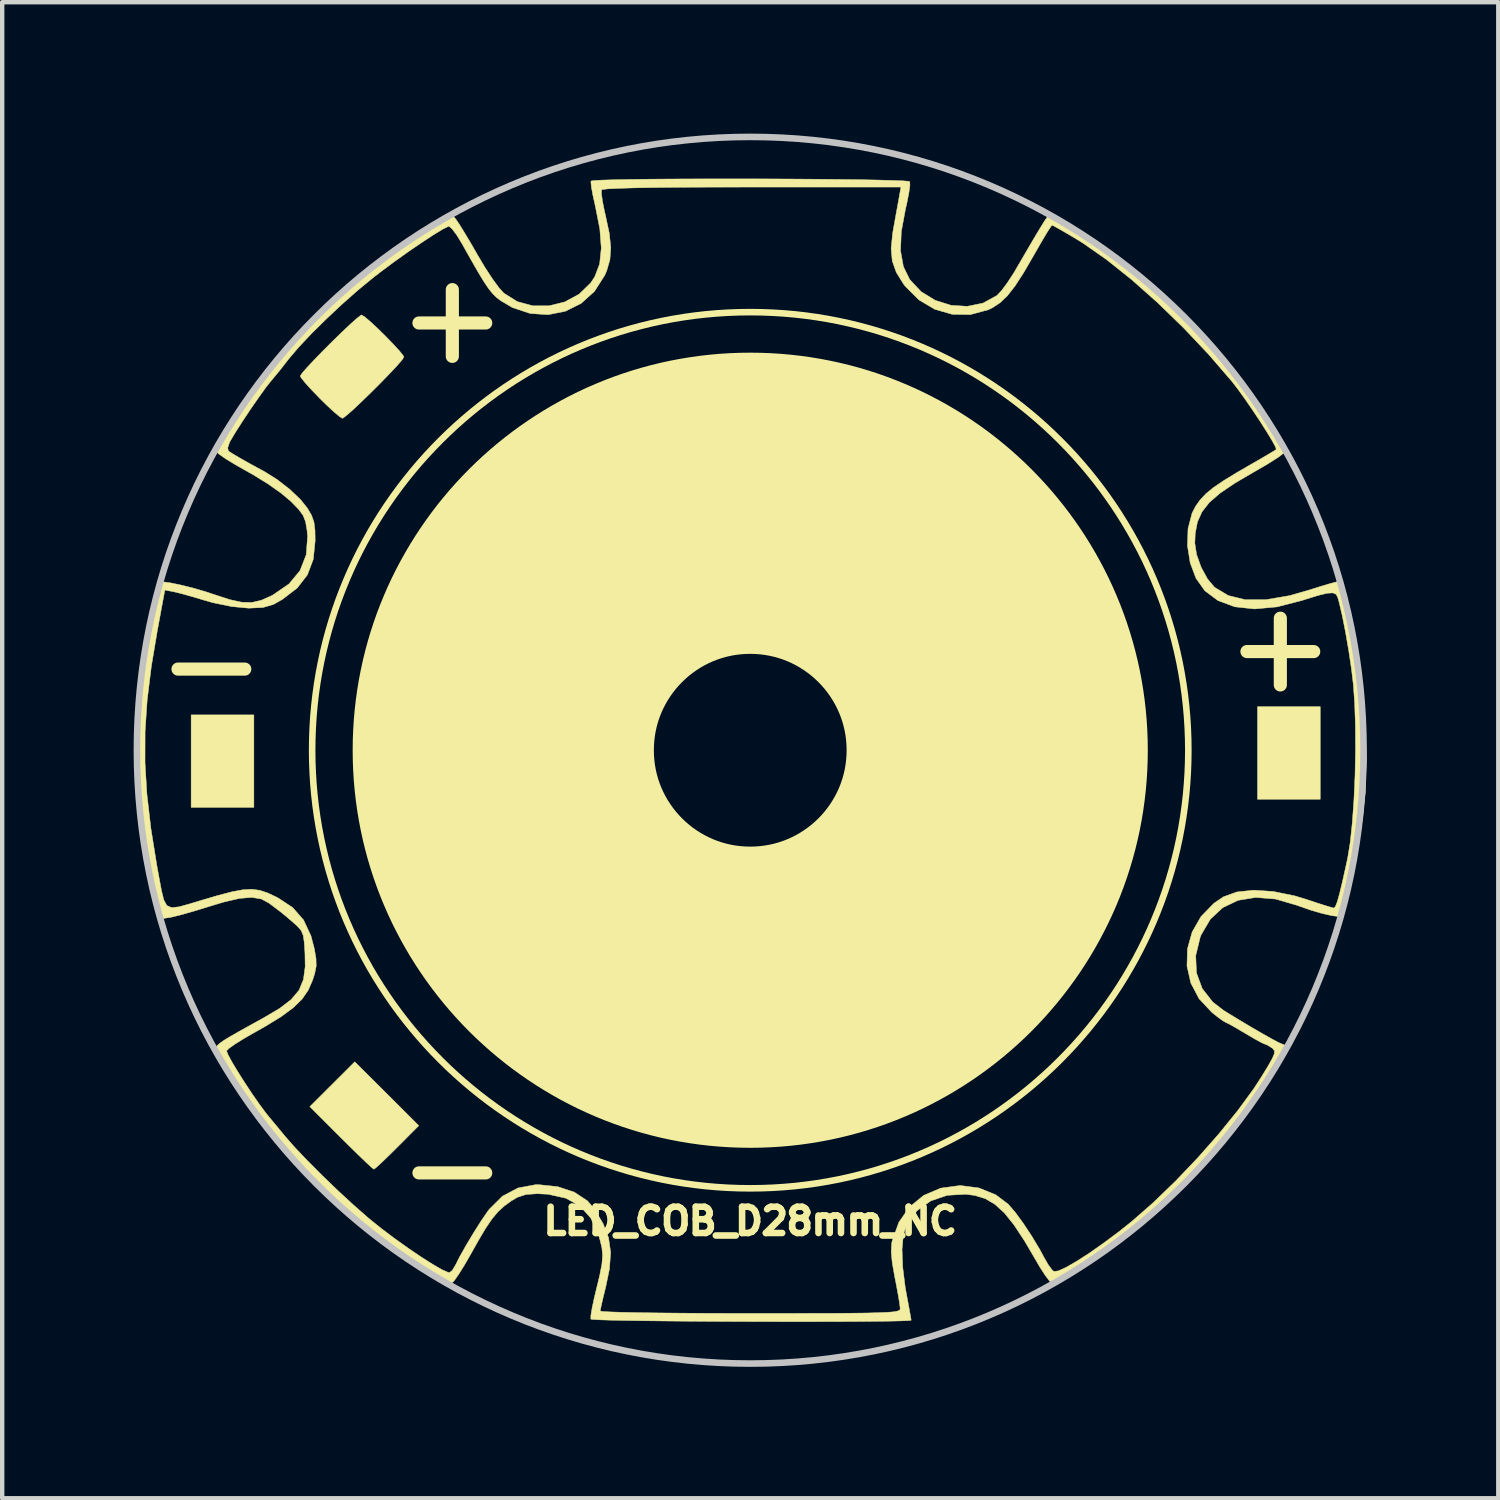
<source format=kicad_pcb>
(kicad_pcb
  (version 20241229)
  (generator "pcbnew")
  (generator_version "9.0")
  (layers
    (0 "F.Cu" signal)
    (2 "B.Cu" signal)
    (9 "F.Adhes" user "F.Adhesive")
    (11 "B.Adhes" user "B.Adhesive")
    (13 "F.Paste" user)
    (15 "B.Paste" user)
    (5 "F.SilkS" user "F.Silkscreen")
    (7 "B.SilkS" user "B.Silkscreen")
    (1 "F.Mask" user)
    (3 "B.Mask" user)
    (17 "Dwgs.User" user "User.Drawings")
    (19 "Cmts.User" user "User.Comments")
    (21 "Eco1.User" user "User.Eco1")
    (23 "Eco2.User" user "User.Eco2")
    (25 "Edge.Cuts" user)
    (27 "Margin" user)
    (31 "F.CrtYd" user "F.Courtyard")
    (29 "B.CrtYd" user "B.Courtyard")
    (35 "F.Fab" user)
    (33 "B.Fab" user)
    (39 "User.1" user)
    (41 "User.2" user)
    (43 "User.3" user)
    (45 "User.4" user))
  (footprint "LED_COB_D28mm_NC"
    (layer "F.Cu")
    (at 14.075 14.075)
    (property "Reference" "LED_COB_D28mm_NC" (at 0 10.75 0) (layer "F.SilkS") (effects (font (size 0.6 0.6) (thickness 0.15))))
    (attr through_hole)
    (fp_circle (center 0 0) (end -9 0) (stroke (width 0.15) (type solid)) (fill no) (layer "F.SilkS"))
    (fp_circle (center 0 0) (end -7 0) (stroke (width 3.9) (type solid)) (fill no) (layer "F.SilkS"))
    (fp_circle (center 0 0) (end -4.5 0) (stroke (width 0.15) (type solid)) (fill no) (layer "F.SilkS"))
    (fp_circle (center 0 0) (end -2.2 0) (stroke (width 4.5) (type solid)) (fill no) (layer "F.SilkS"))
    (fp_circle (center 0 0) (end 5 0) (stroke (width 0.15) (type solid)) (fill no) (layer "F.SilkS"))
    (fp_circle (center 0 0) (end 10 0) (stroke (width 0.15) (type solid)) (fill no) (layer "F.SilkS"))
    (fp_poly (pts (xy -11.33 1.304) (xy -12.762 1.304) (xy -12.762 -0.807) (xy -11.33 -0.807) (xy -11.33 1.304)) (stroke (width 0.01) (type solid)) (fill yes) (layer "F.SilkS"))
    (fp_poly (pts (xy 13.011 1.118) (xy 11.579 1.118) (xy 11.579 -0.994) (xy 13.011 -0.994) (xy 13.011 1.118)) (stroke (width 0.01) (type solid)) (fill yes) (layer "F.SilkS"))
    (fp_poly (pts (xy -8.296 7.84) (xy -7.566 8.569) (xy -8.061 9.066) (xy -8.262 9.265) (xy -8.429 9.425) (xy -8.546 9.531) (xy -8.591 9.564) (xy -8.644 9.522) (xy -8.769 9.407) (xy -8.951 9.232) (xy -9.173 9.014) (xy -9.339 8.849) (xy -10.053 8.135) (xy -9.027 7.112) (xy -8.296 7.84)) (stroke (width 0.01) (type solid)) (fill yes) (layer "F.SilkS"))
    (fp_poly (pts (xy -8.802 -9.894) (xy -8.671 -9.783) (xy -8.503 -9.627) (xy -8.321 -9.448) (xy -8.148 -9.269) (xy -8.007 -9.115) (xy -7.921 -9.007) (xy -7.906 -8.974) (xy -7.949 -8.908) (xy -8.063 -8.776) (xy -8.231 -8.597) (xy -8.433 -8.389) (xy -8.65 -8.172) (xy -8.864 -7.964) (xy -9.055 -7.783) (xy -9.206 -7.65) (xy -9.296 -7.581) (xy -9.31 -7.577) (xy -9.377 -7.618) (xy -9.51 -7.73) (xy -9.686 -7.894) (xy -9.822 -8.028) (xy -10.01 -8.223) (xy -10.16 -8.388) (xy -10.252 -8.503) (xy -10.272 -8.542) (xy -10.23 -8.606) (xy -10.116 -8.737) (xy -9.948 -8.916) (xy -9.747 -9.123) (xy -9.53 -9.34) (xy -9.316 -9.548) (xy -9.125 -9.728) (xy -8.975 -9.862) (xy -8.885 -9.931) (xy -8.872 -9.936) (xy -8.802 -9.894)) (stroke (width 0.01) (type solid)) (fill yes) (layer "F.SilkS"))
    (fp_poly (pts (xy -0.155 -13.042) (xy 0.429 -13.041) (xy 1.003 -13.038) (xy 1.554 -13.034) (xy 2.068 -13.029) (xy 2.532 -13.023) (xy 2.933 -13.015) (xy 3.257 -13.006) (xy 3.49 -12.997) (xy 3.62 -12.986) (xy 3.642 -12.979) (xy 3.645 -12.895) (xy 3.621 -12.721) (xy 3.575 -12.487) (xy 3.545 -12.358) (xy 3.448 -11.837) (xy 3.431 -11.401) (xy 3.496 -11.039) (xy 3.64 -10.746) (xy 3.901 -10.467) (xy 4.225 -10.269) (xy 4.585 -10.156) (xy 4.956 -10.133) (xy 5.313 -10.206) (xy 5.628 -10.378) (xy 5.63 -10.379) (xy 5.737 -10.492) (xy 5.875 -10.679) (xy 6.02 -10.902) (xy 6.048 -10.95) (xy 6.292 -11.369) (xy 6.481 -11.692) (xy 6.623 -11.928) (xy 6.723 -12.089) (xy 6.79 -12.185) (xy 6.829 -12.229) (xy 6.84 -12.234) (xy 6.909 -12.202) (xy 7.049 -12.118) (xy 7.204 -12.017) (xy 7.378 -11.904) (xy 7.507 -11.825) (xy 7.56 -11.8) (xy 7.63 -11.767) (xy 7.769 -11.685) (xy 7.944 -11.575) (xy 8.122 -11.457) (xy 8.269 -11.353) (xy 8.351 -11.288) (xy 8.434 -11.215) (xy 8.589 -11.085) (xy 8.787 -10.921) (xy 8.902 -10.827) (xy 9.181 -10.586) (xy 9.515 -10.274) (xy 9.88 -9.916) (xy 10.25 -9.536) (xy 10.602 -9.161) (xy 10.911 -8.815) (xy 11.09 -8.601) (xy 11.238 -8.408) (xy 11.418 -8.158) (xy 11.612 -7.876) (xy 11.805 -7.587) (xy 11.981 -7.314) (xy 12.124 -7.082) (xy 12.218 -6.916) (xy 12.24 -6.867) (xy 12.2 -6.801) (xy 12.05 -6.685) (xy 11.794 -6.523) (xy 11.508 -6.358) (xy 11.066 -6.099) (xy 10.727 -5.87) (xy 10.48 -5.656) (xy 10.311 -5.441) (xy 10.208 -5.211) (xy 10.158 -4.951) (xy 10.148 -4.729) (xy 10.188 -4.468) (xy 10.292 -4.178) (xy 10.438 -3.91) (xy 10.599 -3.719) (xy 10.913 -3.531) (xy 11.301 -3.436) (xy 11.767 -3.436) (xy 12.312 -3.529) (xy 12.762 -3.658) (xy 13.02 -3.74) (xy 13.236 -3.804) (xy 13.382 -3.843) (xy 13.425 -3.85) (xy 13.471 -3.838) (xy 13.512 -3.788) (xy 13.554 -3.68) (xy 13.605 -3.497) (xy 13.672 -3.219) (xy 13.704 -3.078) (xy 13.86 -2.276) (xy 13.973 -1.44) (xy 14.041 -0.601) (xy 14.063 0.211) (xy 14.038 0.965) (xy 13.979 1.522) (xy 13.93 1.828) (xy 13.869 2.175) (xy 13.801 2.537) (xy 13.73 2.893) (xy 13.661 3.218) (xy 13.598 3.49) (xy 13.547 3.686) (xy 13.513 3.782) (xy 13.437 3.797) (xy 13.272 3.775) (xy 13.045 3.723) (xy 12.783 3.646) (xy 12.514 3.552) (xy 12.482 3.54) (xy 11.992 3.397) (xy 11.54 3.36) (xy 11.135 3.426) (xy 10.786 3.593) (xy 10.502 3.857) (xy 10.292 4.215) (xy 10.27 4.271) (xy 10.169 4.689) (xy 10.186 5.083) (xy 10.317 5.44) (xy 10.559 5.749) (xy 10.811 5.943) (xy 11.113 6.127) (xy 11.409 6.305) (xy 11.681 6.463) (xy 11.907 6.59) (xy 12.068 6.676) (xy 12.144 6.707) (xy 12.144 6.707) (xy 12.211 6.734) (xy 12.218 6.822) (xy 12.159 6.981) (xy 12.032 7.222) (xy 11.896 7.453) (xy 11.693 7.769) (xy 11.444 8.128) (xy 11.186 8.475) (xy 11.026 8.679) (xy 10.66 9.105) (xy 10.246 9.549) (xy 9.802 9.995) (xy 9.347 10.426) (xy 8.899 10.825) (xy 8.476 11.176) (xy 8.095 11.462) (xy 7.802 11.65) (xy 7.57 11.789) (xy 7.33 11.939) (xy 7.241 11.997) (xy 7.075 12.099) (xy 6.942 12.161) (xy 6.899 12.171) (xy 6.834 12.119) (xy 6.73 11.982) (xy 6.603 11.784) (xy 6.537 11.67) (xy 6.262 11.201) (xy 6.02 10.834) (xy 5.799 10.559) (xy 5.584 10.364) (xy 5.364 10.235) (xy 5.126 10.162) (xy 4.92 10.135) (xy 4.498 10.159) (xy 4.121 10.287) (xy 3.807 10.511) (xy 3.572 10.823) (xy 3.564 10.837) (xy 3.494 11.068) (xy 3.465 11.395) (xy 3.48 11.797) (xy 3.537 12.253) (xy 3.564 12.405) (xy 3.611 12.657) (xy 3.648 12.86) (xy 3.67 12.985) (xy 3.673 13.011) (xy 3.613 13.019) (xy 3.442 13.026) (xy 3.172 13.032) (xy 2.819 13.036) (xy 2.393 13.04) (xy 1.91 13.042) (xy 1.381 13.043) (xy 0.821 13.043) (xy 0.242 13.042) (xy -0.341 13.04) (xy -0.917 13.037) (xy -1.471 13.033) (xy -1.99 13.028) (xy -2.461 13.022) (xy -2.871 13.016) (xy -3.207 13.009) (xy -3.455 13.001) (xy -3.602 12.992) (xy -3.638 12.986) (xy -3.638 12.906) (xy -3.61 12.734) (xy -3.56 12.499) (xy -3.517 12.32) (xy -3.435 11.982) (xy -3.386 11.73) (xy -3.37 11.533) (xy -3.386 11.356) (xy -3.432 11.168) (xy -3.468 11.05) (xy -3.639 10.68) (xy -3.884 10.406) (xy -4.207 10.226) (xy -4.613 10.135) (xy -4.863 10.123) (xy -5.116 10.14) (xy -5.312 10.203) (xy -5.454 10.287) (xy -5.618 10.406) (xy -5.759 10.536) (xy -5.893 10.696) (xy -6.037 10.908) (xy -6.206 11.193) (xy -6.363 11.473) (xy -6.514 11.736) (xy -6.649 11.954) (xy -6.755 12.105) (xy -6.819 12.171) (xy -6.823 12.172) (xy -6.912 12.139) (xy -7.079 12.049) (xy -7.303 11.917) (xy -7.56 11.757) (xy -7.827 11.584) (xy -8.082 11.412) (xy -8.301 11.256) (xy -8.435 11.153) (xy -8.634 10.99) (xy -8.826 10.833) (xy -8.933 10.745) (xy -9.055 10.636) (xy -9.245 10.457) (xy -9.481 10.227) (xy -9.746 9.966) (xy -10.019 9.693) (xy -10.282 9.428) (xy -10.514 9.19) (xy -10.697 8.998) (xy -10.803 8.88) (xy -11.099 8.521) (xy -11.345 8.202) (xy -11.575 7.872) (xy -11.822 7.491) (xy -11.973 7.241) (xy -12.093 7.024) (xy -12.169 6.864) (xy -12.189 6.787) (xy -12.171 6.747) (xy -12.121 6.698) (xy -12.026 6.63) (xy -11.871 6.535) (xy -11.643 6.405) (xy -11.326 6.229) (xy -11.115 6.113) (xy -10.744 5.894) (xy -10.477 5.689) (xy -10.3 5.478) (xy -10.199 5.236) (xy -10.159 4.943) (xy -10.164 4.632) (xy -10.18 4.384) (xy -10.205 4.223) (xy -10.252 4.113) (xy -10.337 4.016) (xy -10.434 3.93) (xy -10.585 3.8) (xy -10.702 3.704) (xy -10.739 3.675) (xy -10.827 3.609) (xy -10.962 3.507) (xy -10.981 3.492) (xy -11.158 3.396) (xy -11.377 3.359) (xy -11.657 3.382) (xy -12.017 3.465) (xy -12.233 3.53) (xy -12.665 3.663) (xy -12.992 3.757) (xy -13.226 3.814) (xy -13.382 3.837) (xy -13.47 3.828) (xy -13.498 3.807) (xy -13.522 3.725) (xy -13.563 3.542) (xy -13.614 3.281) (xy -13.673 2.964) (xy -13.715 2.723) (xy -13.778 2.356) (xy -13.839 2.009) (xy -13.892 1.711) (xy -13.933 1.489) (xy -13.948 1.408) (xy -13.982 1.149) (xy -14.003 0.793) (xy -14.012 0.369) (xy -14.011 0.281) (xy -13.815 0.281) (xy -13.771 1.008) (xy -13.681 1.783) (xy -13.544 2.635) (xy -13.501 2.872) (xy -13.44 3.199) (xy -13.386 3.419) (xy -13.316 3.545) (xy -13.208 3.592) (xy -13.038 3.574) (xy -12.786 3.504) (xy -12.575 3.44) (xy -12.156 3.316) (xy -11.831 3.231) (xy -11.578 3.184) (xy -11.373 3.173) (xy -11.194 3.198) (xy -11.016 3.257) (xy -10.817 3.351) (xy -10.783 3.368) (xy -10.444 3.591) (xy -10.196 3.874) (xy -10.027 4.237) (xy -9.953 4.519) (xy -9.912 4.752) (xy -9.907 4.926) (xy -9.942 5.1) (xy -9.99 5.25) (xy -10.089 5.477) (xy -10.229 5.68) (xy -10.429 5.876) (xy -10.705 6.08) (xy -11.072 6.305) (xy -11.284 6.424) (xy -11.541 6.571) (xy -11.752 6.702) (xy -11.896 6.803) (xy -11.953 6.861) (xy -11.953 6.862) (xy -11.919 6.951) (xy -11.829 7.118) (xy -11.696 7.339) (xy -11.537 7.59) (xy -11.367 7.847) (xy -11.2 8.087) (xy -11.052 8.286) (xy -10.998 8.353) (xy -10.84 8.543) (xy -10.696 8.717) (xy -10.615 8.815) (xy -10.396 9.065) (xy -10.107 9.369) (xy -9.771 9.706) (xy -9.415 10.049) (xy -9.061 10.375) (xy -8.736 10.661) (xy -8.685 10.704) (xy -8.414 10.922) (xy -8.116 11.146) (xy -7.81 11.364) (xy -7.516 11.564) (xy -7.253 11.731) (xy -7.041 11.854) (xy -6.899 11.917) (xy -6.866 11.924) (xy -6.801 11.873) (xy -6.729 11.753) (xy -6.629 11.555) (xy -6.482 11.295) (xy -6.312 11.011) (xy -6.141 10.741) (xy -5.994 10.527) (xy -5.958 10.479) (xy -5.657 10.18) (xy -5.302 9.992) (xy -4.901 9.917) (xy -4.83 9.916) (xy -4.394 9.962) (xy -4.017 10.087) (xy -3.719 10.283) (xy -3.571 10.451) (xy -3.36 10.802) (xy -3.234 11.129) (xy -3.186 11.464) (xy -3.214 11.842) (xy -3.3 12.258) (xy -3.358 12.492) (xy -3.401 12.68) (xy -3.423 12.789) (xy -3.424 12.801) (xy -3.364 12.811) (xy -3.189 12.821) (xy -2.912 12.83) (xy -2.543 12.838) (xy -2.092 12.844) (xy -1.57 12.849) (xy -0.989 12.853) (xy -0.358 12.855) (xy 0 12.855) (xy 0.741 12.855) (xy 1.366 12.854) (xy 1.887 12.853) (xy 2.312 12.85) (xy 2.651 12.846) (xy 2.913 12.839) (xy 3.109 12.831) (xy 3.248 12.821) (xy 3.339 12.807) (xy 3.392 12.791) (xy 3.417 12.771) (xy 3.423 12.748) (xy 3.423 12.747) (xy 3.411 12.641) (xy 3.379 12.446) (xy 3.333 12.196) (xy 3.303 12.045) (xy 3.242 11.704) (xy 3.218 11.452) (xy 3.228 11.258) (xy 3.239 11.203) (xy 3.392 10.775) (xy 3.636 10.425) (xy 3.958 10.162) (xy 4.346 9.996) (xy 4.788 9.936) (xy 4.797 9.936) (xy 5.22 9.991) (xy 5.603 10.146) (xy 5.888 10.361) (xy 6.045 10.542) (xy 6.233 10.799) (xy 6.429 11.096) (xy 6.609 11.396) (xy 6.7 11.566) (xy 6.8 11.74) (xy 6.891 11.863) (xy 6.933 11.898) (xy 7.037 11.883) (xy 7.22 11.798) (xy 7.467 11.655) (xy 7.762 11.464) (xy 8.087 11.235) (xy 8.429 10.979) (xy 8.716 10.75) (xy 9.203 10.323) (xy 9.71 9.833) (xy 10.215 9.303) (xy 10.696 8.758) (xy 11.131 8.221) (xy 11.498 7.719) (xy 11.665 7.462) (xy 11.821 7.207) (xy 11.917 7.035) (xy 11.963 6.927) (xy 11.965 6.859) (xy 11.931 6.813) (xy 11.91 6.796) (xy 11.801 6.728) (xy 11.749 6.709) (xy 11.677 6.678) (xy 11.528 6.597) (xy 11.333 6.483) (xy 11.292 6.459) (xy 11.093 6.341) (xy 10.937 6.253) (xy 10.854 6.212) (xy 10.848 6.21) (xy 10.785 6.174) (xy 10.658 6.08) (xy 10.535 5.982) (xy 10.245 5.672) (xy 10.057 5.314) (xy 9.969 4.927) (xy 9.98 4.532) (xy 10.087 4.149) (xy 10.289 3.796) (xy 10.583 3.494) (xy 10.801 3.346) (xy 11.107 3.235) (xy 11.494 3.194) (xy 11.94 3.224) (xy 12.426 3.323) (xy 12.693 3.404) (xy 12.945 3.488) (xy 13.153 3.554) (xy 13.287 3.594) (xy 13.323 3.602) (xy 13.356 3.569) (xy 13.398 3.464) (xy 13.452 3.273) (xy 13.521 2.987) (xy 13.608 2.594) (xy 13.638 2.453) (xy 13.696 2.1) (xy 13.743 1.651) (xy 13.78 1.134) (xy 13.805 0.576) (xy 13.816 0.004) (xy 13.814 -0.552) (xy 13.797 -1.066) (xy 13.767 -1.493) (xy 13.723 -1.862) (xy 13.661 -2.273) (xy 13.589 -2.69) (xy 13.513 -3.074) (xy 13.439 -3.388) (xy 13.409 -3.493) (xy 13.372 -3.561) (xy 13.298 -3.592) (xy 13.17 -3.584) (xy 12.967 -3.535) (xy 12.672 -3.444) (xy 12.586 -3.416) (xy 12.024 -3.272) (xy 11.512 -3.225) (xy 11.059 -3.274) (xy 10.673 -3.418) (xy 10.376 -3.641) (xy 10.175 -3.924) (xy 10.042 -4.279) (xy 9.98 -4.669) (xy 9.993 -5.058) (xy 10.085 -5.411) (xy 10.167 -5.571) (xy 10.273 -5.719) (xy 10.402 -5.856) (xy 10.573 -5.996) (xy 10.806 -6.154) (xy 11.119 -6.345) (xy 11.362 -6.486) (xy 11.609 -6.628) (xy 11.814 -6.748) (xy 11.955 -6.832) (xy 12.007 -6.865) (xy 11.988 -6.927) (xy 11.911 -7.069) (xy 11.79 -7.269) (xy 11.638 -7.508) (xy 11.469 -7.762) (xy 11.297 -8.012) (xy 11.136 -8.236) (xy 11 -8.413) (xy 10.998 -8.415) (xy 10.461 -9.038) (xy 9.887 -9.645) (xy 9.296 -10.219) (xy 8.705 -10.743) (xy 8.134 -11.199) (xy 7.602 -11.571) (xy 7.458 -11.661) (xy 7.229 -11.797) (xy 7.042 -11.905) (xy 6.92 -11.971) (xy 6.888 -11.986) (xy 6.849 -11.935) (xy 6.761 -11.796) (xy 6.638 -11.588) (xy 6.492 -11.333) (xy 6.468 -11.291) (xy 6.237 -10.894) (xy 6.043 -10.595) (xy 5.87 -10.374) (xy 5.705 -10.216) (xy 5.534 -10.103) (xy 5.429 -10.053) (xy 5.025 -9.944) (xy 4.613 -9.95) (xy 4.214 -10.064) (xy 3.849 -10.28) (xy 3.537 -10.592) (xy 3.497 -10.645) (xy 3.333 -10.91) (xy 3.242 -11.167) (xy 3.216 -11.452) (xy 3.251 -11.802) (xy 3.272 -11.927) (xy 3.321 -12.197) (xy 3.366 -12.443) (xy 3.399 -12.624) (xy 3.404 -12.653) (xy 3.44 -12.855) (xy 0.043 -12.855) (xy -0.802 -12.854) (xy -1.53 -12.851) (xy -2.14 -12.845) (xy -2.631 -12.837) (xy -3.002 -12.826) (xy -3.251 -12.814) (xy -3.377 -12.799) (xy -3.394 -12.792) (xy -3.397 -12.707) (xy -3.373 -12.533) (xy -3.327 -12.303) (xy -3.304 -12.207) (xy -3.217 -11.798) (xy -3.183 -11.472) (xy -3.203 -11.197) (xy -3.277 -10.942) (xy -3.323 -10.837) (xy -3.557 -10.472) (xy -3.862 -10.198) (xy -4.22 -10.02) (xy -4.613 -9.942) (xy -5.021 -9.969) (xy -5.428 -10.104) (xy -5.694 -10.261) (xy -5.789 -10.333) (xy -5.876 -10.418) (xy -5.968 -10.531) (xy -6.075 -10.689) (xy -6.208 -10.908) (xy -6.379 -11.206) (xy -6.582 -11.567) (xy -6.701 -11.762) (xy -6.806 -11.901) (xy -6.876 -11.961) (xy -6.885 -11.96) (xy -7.025 -11.89) (xy -7.241 -11.758) (xy -7.513 -11.579) (xy -7.82 -11.369) (xy -8.139 -11.141) (xy -8.449 -10.91) (xy -8.609 -10.786) (xy -8.954 -10.502) (xy -9.321 -10.178) (xy -9.685 -9.836) (xy -10.025 -9.5) (xy -10.317 -9.189) (xy -10.538 -8.928) (xy -10.574 -8.881) (xy -10.722 -8.691) (xy -10.89 -8.487) (xy -10.932 -8.438) (xy -11.053 -8.286) (xy -11.216 -8.059) (xy -11.402 -7.791) (xy -11.587 -7.513) (xy -11.751 -7.257) (xy -11.871 -7.055) (xy -11.886 -7.026) (xy -11.927 -6.902) (xy -11.912 -6.832) (xy -11.828 -6.776) (xy -11.66 -6.676) (xy -11.432 -6.547) (xy -11.171 -6.405) (xy -11.093 -6.363) (xy -10.803 -6.182) (xy -10.515 -5.959) (xy -10.269 -5.726) (xy -10.109 -5.527) (xy -10.013 -5.361) (xy -9.959 -5.209) (xy -9.935 -5.022) (xy -9.931 -4.782) (xy -9.974 -4.358) (xy -10.108 -4.003) (xy -10.341 -3.702) (xy -10.683 -3.441) (xy -10.885 -3.327) (xy -11.124 -3.258) (xy -11.449 -3.243) (xy -11.837 -3.28) (xy -12.262 -3.367) (xy -12.482 -3.43) (xy -12.74 -3.507) (xy -12.976 -3.573) (xy -13.147 -3.615) (xy -13.171 -3.62) (xy -13.362 -3.656) (xy -13.531 -2.744) (xy -13.671 -1.911) (xy -13.765 -1.149) (xy -13.813 -0.428) (xy -13.815 0.281) (xy -14.011 0.281) (xy -14.01 -0.095) (xy -13.997 -0.572) (xy -13.973 -1.035) (xy -13.94 -1.455) (xy -13.898 -1.805) (xy -13.885 -1.885) (xy -13.802 -2.34) (xy -13.722 -2.763) (xy -13.648 -3.138) (xy -13.583 -3.449) (xy -13.531 -3.679) (xy -13.494 -3.811) (xy -13.483 -3.836) (xy -13.402 -3.844) (xy -13.23 -3.82) (xy -12.995 -3.771) (xy -12.724 -3.704) (xy -12.444 -3.623) (xy -12.233 -3.553) (xy -11.88 -3.438) (xy -11.606 -3.378) (xy -11.378 -3.373) (xy -11.164 -3.422) (xy -10.932 -3.525) (xy -10.893 -3.546) (xy -10.529 -3.796) (xy -10.276 -4.102) (xy -10.135 -4.464) (xy -10.104 -4.883) (xy -10.117 -5.022) (xy -10.149 -5.213) (xy -10.205 -5.358) (xy -10.308 -5.499) (xy -10.482 -5.677) (xy -10.486 -5.681) (xy -10.708 -5.868) (xy -11.008 -6.08) (xy -11.351 -6.291) (xy -11.483 -6.365) (xy -11.744 -6.513) (xy -11.963 -6.646) (xy -12.117 -6.752) (xy -12.185 -6.814) (xy -12.185 -6.815) (xy -12.164 -6.901) (xy -12.078 -7.069) (xy -11.938 -7.303) (xy -11.755 -7.586) (xy -11.54 -7.902) (xy -11.303 -8.234) (xy -11.056 -8.566) (xy -10.809 -8.882) (xy -10.786 -8.912) (xy -10.088 -9.704) (xy -9.307 -10.45) (xy -8.429 -11.164) (xy -7.478 -11.832) (xy -6.831 -12.258) (xy -6.719 -12.12) (xy -6.646 -12.014) (xy -6.529 -11.825) (xy -6.383 -11.581) (xy -6.225 -11.307) (xy -6.221 -11.3) (xy -6.054 -11.019) (xy -5.885 -10.761) (xy -5.735 -10.556) (xy -5.626 -10.435) (xy -5.316 -10.24) (xy -4.963 -10.145) (xy -4.593 -10.144) (xy -4.233 -10.234) (xy -3.907 -10.41) (xy -3.642 -10.667) (xy -3.549 -10.808) (xy -3.438 -11.1) (xy -3.4 -11.461) (xy -3.434 -11.901) (xy -3.536 -12.419) (xy -3.59 -12.661) (xy -3.626 -12.856) (xy -3.637 -12.974) (xy -3.633 -12.993) (xy -3.566 -13.004) (xy -3.387 -13.014) (xy -3.111 -13.022) (xy -2.751 -13.029) (xy -2.32 -13.035) (xy -1.831 -13.039) (xy -1.298 -13.041) (xy -0.735 -13.042) (xy -0.155 -13.042)) (stroke (width 0.01) (type solid)) (fill yes) (layer "F.SilkS"))
    (fp_circle (center 0 0) (end 14 0) (stroke (width 0.15) (type solid)) (fill no) (layer "Dwgs.User"))
    (fp_text user "-" (at -6.8 9.5 0) (layer "F.SilkS") (effects (font (size 2 2) (thickness 0.3))))
    (fp_text user "-" (at -12.3 -2 0) (layer "F.SilkS") (effects (font (size 2 2) (thickness 0.3))))
    (fp_text user "+" (at 12.1 -2.4 0) (layer "F.SilkS") (effects (font (size 2 2) (thickness 0.3))))
    (fp_text user "+" (at -6.8 -9.9 0) (layer "F.SilkS") (effects (font (size 2 2) (thickness 0.3)))))
  (gr_rect
    (start -3 -3)
    (end 31.15 31.15)
    (stroke (width 0.1) (type default))
    (fill no)
    (layer "Edge.Cuts")))
</source>
